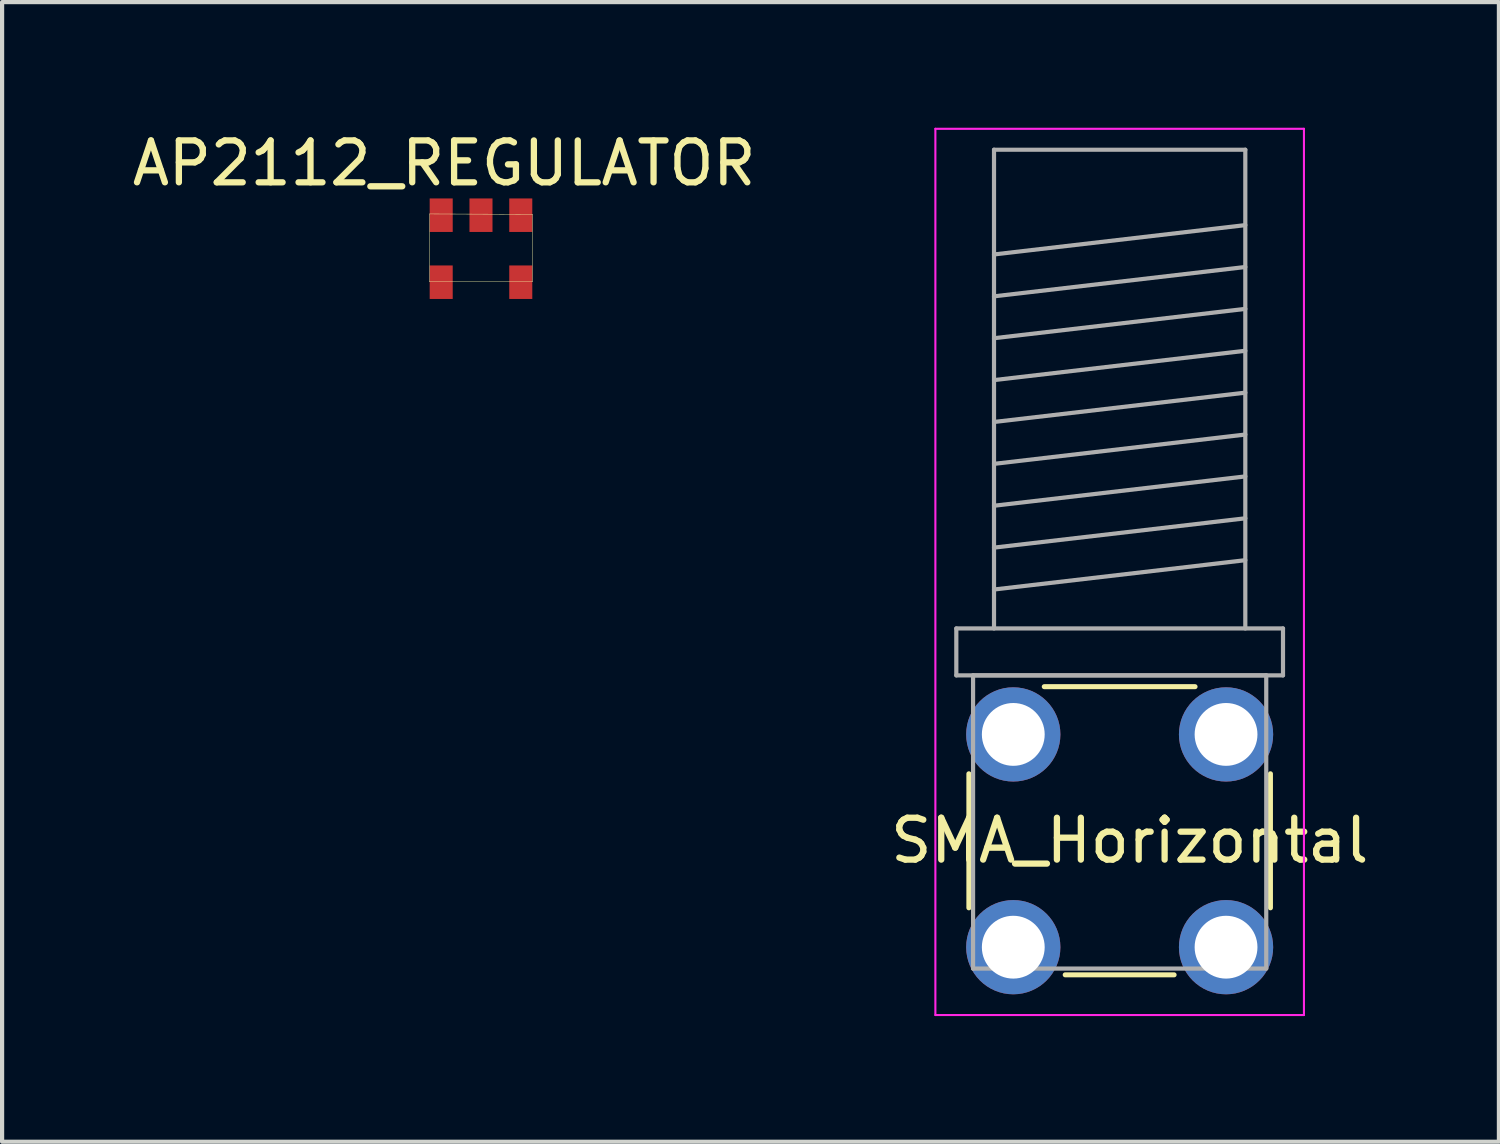
<source format=kicad_pcb>
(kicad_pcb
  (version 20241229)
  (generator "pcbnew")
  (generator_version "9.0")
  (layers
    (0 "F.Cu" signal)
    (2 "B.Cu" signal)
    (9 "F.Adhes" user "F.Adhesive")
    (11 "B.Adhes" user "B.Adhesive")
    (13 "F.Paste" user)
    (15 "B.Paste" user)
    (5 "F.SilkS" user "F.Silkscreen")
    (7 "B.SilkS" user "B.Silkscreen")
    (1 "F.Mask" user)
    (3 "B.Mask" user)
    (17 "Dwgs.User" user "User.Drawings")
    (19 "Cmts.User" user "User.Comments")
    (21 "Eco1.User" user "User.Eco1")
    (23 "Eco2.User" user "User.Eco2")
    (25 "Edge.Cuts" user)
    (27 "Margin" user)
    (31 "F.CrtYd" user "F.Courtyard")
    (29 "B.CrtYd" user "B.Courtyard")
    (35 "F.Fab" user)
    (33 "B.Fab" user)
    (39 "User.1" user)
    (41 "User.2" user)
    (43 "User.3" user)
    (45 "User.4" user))
  (footprint "AP2112_REGULATOR"
    (layer "F.Cu")
    (at 7.484 3.688)
    (property "Reference" "AP2112_REGULATOR" (at 0.07 -2.84 0) (layer "F.SilkS") (effects (font (size 1 1) (thickness 0.15))))
    (attr through_hole)
    (fp_line (start -0.28 -1.63) (end 2.18 -1.62) (stroke (width 0.01) (type solid)) (layer "F.SilkS"))
    (fp_line (start -0.28 -0.01) (end -0.28 -1.63) (stroke (width 0.01) (type solid)) (layer "F.SilkS"))
    (fp_line (start 2.18 -1.62) (end 2.18 -0.01) (stroke (width 0.01) (type solid)) (layer "F.SilkS"))
    (fp_line (start 2.18 -0.01) (end -0.28 -0.01) (stroke (width 0.01) (type solid)) (layer "F.SilkS"))
    (pad "1" smd rect (at 1.9 -1.6) (size 0.55 0.8) (layers "F.Cu" "F.Mask" "F.Paste"))
    (pad "2" smd rect (at 0.95 -1.6) (size 0.55 0.8) (layers "F.Cu" "F.Mask" "F.Paste"))
    (pad "3" smd rect (at 0 -1.6) (size 0.55 0.8) (layers "F.Cu" "F.Mask" "F.Paste"))
    (pad "4" smd rect (at 0 0) (size 0.55 0.8) (layers "F.Cu" "F.Mask" "F.Paste"))
    (pad "5" smd rect (at 1.9 0) (size 0.55 0.8) (layers "F.Cu" "F.Mask" "F.Paste")))
  (footprint "SMA_Horizontal"
    (layer "F.Cu")
    (at 23.669 17.019)
    (property "Reference" "SMA_Horizontal" (at 0.254 0 0) (layer "F.SilkS") (effects (font (size 1 1) (thickness 0.15))))
    (attr through_hole)
    (fp_line (start -3.586 -1.594) (end -3.586 1.606) (stroke (width 0.12) (type solid)) (layer "F.SilkS"))
    (fp_line (start -1.786 -3.674) (end 1.814 -3.674) (stroke (width 0.12) (type solid)) (layer "F.SilkS"))
    (fp_line (start -1.286 3.206) (end 1.314 3.206) (stroke (width 0.12) (type solid)) (layer "F.SilkS"))
    (fp_line (start 3.614 -1.594) (end 3.614 1.606) (stroke (width 0.12) (type solid)) (layer "F.SilkS"))
    (fp_line (start -4.386 -16.994) (end -4.386 4.166) (stroke (width 0.05) (type solid)) (layer "F.CrtYd"))
    (fp_line (start -4.386 -16.994) (end 4.414 -16.994) (stroke (width 0.05) (type solid)) (layer "F.CrtYd"))
    (fp_line (start 4.414 4.166) (end -4.386 4.166) (stroke (width 0.05) (type solid)) (layer "F.CrtYd"))
    (fp_line (start 4.414 4.166) (end 4.414 -16.994) (stroke (width 0.05) (type solid)) (layer "F.CrtYd"))
    (fp_line (start -3.886 -5.064) (end -3.886 -3.944) (stroke (width 0.1) (type solid)) (layer "F.Fab"))
    (fp_line (start -3.886 -3.944) (end 3.914 -3.944) (stroke (width 0.1) (type solid)) (layer "F.Fab"))
    (fp_line (start -3.486 -3.944) (end -3.486 3.056) (stroke (width 0.1) (type solid)) (layer "F.Fab"))
    (fp_line (start -3.486 -3.944) (end 3.514 -3.944) (stroke (width 0.1) (type solid)) (layer "F.Fab"))
    (fp_line (start -3.486 3.056) (end 3.514 3.056) (stroke (width 0.1) (type solid)) (layer "F.Fab"))
    (fp_line (start -2.986 -16.494) (end -2.986 -5.064) (stroke (width 0.1) (type solid)) (layer "F.Fab"))
    (fp_line (start -2.986 -16.494) (end 3.014 -16.494) (stroke (width 0.1) (type solid)) (layer "F.Fab"))
    (fp_line (start -2.986 -13.994) (end 3.014 -14.694) (stroke (width 0.1) (type solid)) (layer "F.Fab"))
    (fp_line (start -2.986 -12.994) (end 3.014 -13.694) (stroke (width 0.1) (type solid)) (layer "F.Fab"))
    (fp_line (start -2.986 -11.994) (end 3.014 -12.694) (stroke (width 0.1) (type solid)) (layer "F.Fab"))
    (fp_line (start -2.986 -10.994) (end 3.014 -11.694) (stroke (width 0.1) (type solid)) (layer "F.Fab"))
    (fp_line (start -2.986 -9.994) (end 3.014 -10.694) (stroke (width 0.1) (type solid)) (layer "F.Fab"))
    (fp_line (start -2.986 -8.994) (end 3.014 -9.694) (stroke (width 0.1) (type solid)) (layer "F.Fab"))
    (fp_line (start -2.986 -7.994) (end 3.014 -8.694) (stroke (width 0.1) (type solid)) (layer "F.Fab"))
    (fp_line (start -2.986 -6.994) (end 3.014 -7.694) (stroke (width 0.1) (type solid)) (layer "F.Fab"))
    (fp_line (start -2.986 -5.994) (end 3.014 -6.694) (stroke (width 0.1) (type solid)) (layer "F.Fab"))
    (fp_line (start 3.014 -16.494) (end 3.014 -5.064) (stroke (width 0.1) (type solid)) (layer "F.Fab"))
    (fp_line (start 3.514 -3.944) (end 3.514 3.056) (stroke (width 0.1) (type solid)) (layer "F.Fab"))
    (fp_line (start 3.914 -5.064) (end -3.886 -5.064) (stroke (width 0.1) (type solid)) (layer "F.Fab"))
    (fp_line (start 3.914 -3.944) (end 3.914 -5.064) (stroke (width 0.1) (type solid)) (layer "F.Fab"))
    (pad "2" thru_hole circle (at -2.526 -2.534) (size 2.25 2.25) (drill 1.5) (layers "*.Cu" "*.Mask"))
    (pad "2" thru_hole circle (at -2.526 2.546) (size 2.25 2.25) (drill 1.5) (layers "*.Cu" "*.Mask"))
    (pad "2" thru_hole circle (at 2.554 -2.534) (size 2.25 2.25) (drill 1.5) (layers "*.Cu" "*.Mask"))
    (pad "2" thru_hole circle (at 2.554 2.546 90) (size 2.25 2.25) (drill 1.5) (layers "*.Cu" "*.Mask")))
  (gr_rect
    (start -3 -3)
    (end 32.738 24.21)
    (stroke (width 0.1) (type default))
    (fill no)
    (layer "Edge.Cuts")))
</source>
